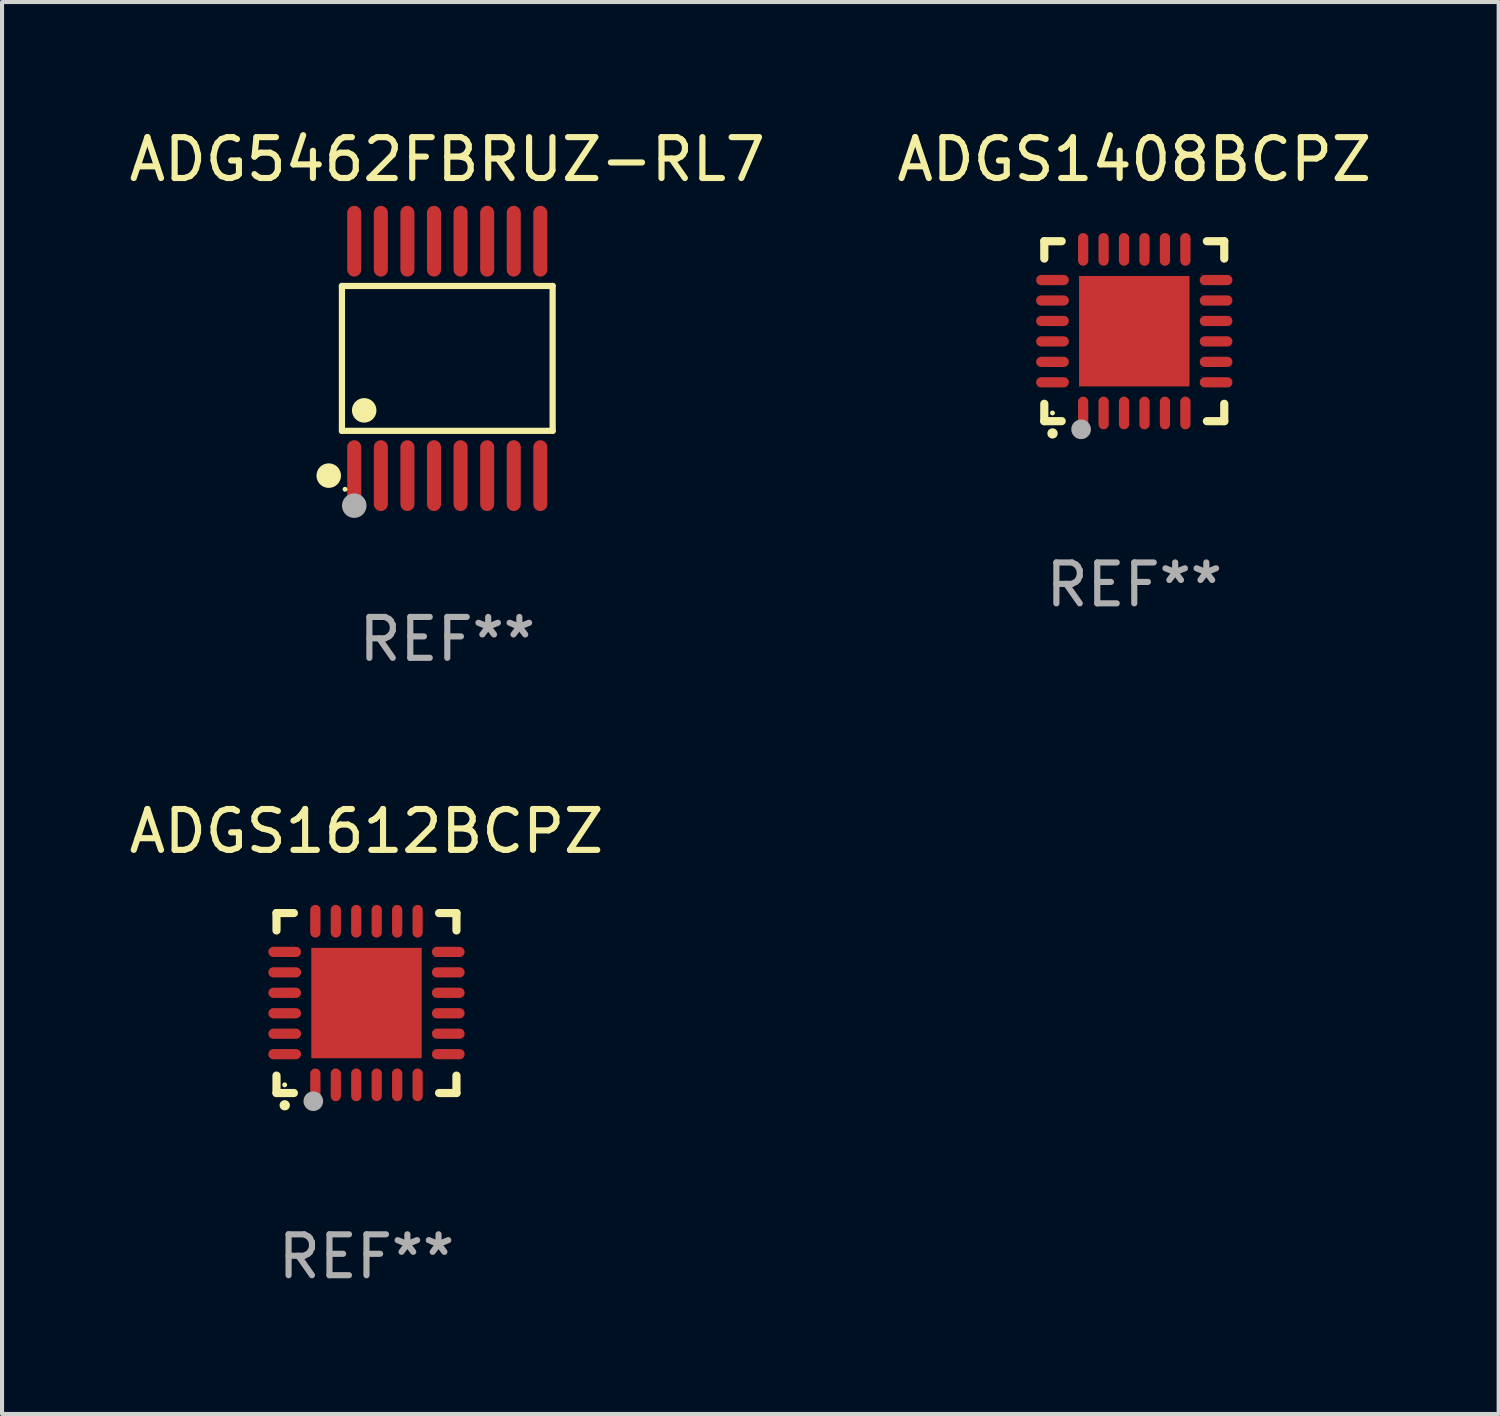
<source format=kicad_pcb>
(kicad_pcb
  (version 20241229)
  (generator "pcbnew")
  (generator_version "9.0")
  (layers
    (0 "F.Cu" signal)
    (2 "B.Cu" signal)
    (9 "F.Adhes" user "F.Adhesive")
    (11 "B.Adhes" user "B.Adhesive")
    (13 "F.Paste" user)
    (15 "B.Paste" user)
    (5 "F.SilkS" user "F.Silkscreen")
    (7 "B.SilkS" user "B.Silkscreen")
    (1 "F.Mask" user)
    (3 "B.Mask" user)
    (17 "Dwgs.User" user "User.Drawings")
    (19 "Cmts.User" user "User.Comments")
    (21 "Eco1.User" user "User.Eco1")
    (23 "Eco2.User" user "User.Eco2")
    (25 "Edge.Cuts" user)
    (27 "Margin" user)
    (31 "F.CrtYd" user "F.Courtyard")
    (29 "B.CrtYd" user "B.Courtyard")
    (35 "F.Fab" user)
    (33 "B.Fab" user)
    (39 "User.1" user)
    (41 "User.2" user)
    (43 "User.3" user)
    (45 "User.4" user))
  (footprint "ADGS1612BCPZ"
    (layer "F.Cu")
    (at 5.911 21.476)
    (property "Reference" "ADGS1612BCPZ" (at 0 -4.2 0) (layer "F.SilkS") (effects (font (size 1 1) (thickness 0.15))))
    (attr through_hole)
    (fp_line (start -2.2 -2.2) (end -2.2 -1.775) (stroke (width 0.2) (type solid)) (layer "F.SilkS"))
    (fp_line (start -2.2 2.2) (end -2.2 1.775) (stroke (width 0.2) (type solid)) (layer "F.SilkS"))
    (fp_line (start -1.775 -2.2) (end -2.2 -2.2) (stroke (width 0.2) (type solid)) (layer "F.SilkS"))
    (fp_line (start -1.775 2.2) (end -2.2 2.2) (stroke (width 0.2) (type solid)) (layer "F.SilkS"))
    (fp_line (start 2.2 -2.2) (end 1.775 -2.2) (stroke (width 0.2) (type solid)) (layer "F.SilkS"))
    (fp_line (start 2.2 -1.775) (end 2.2 -2.2) (stroke (width 0.2) (type solid)) (layer "F.SilkS"))
    (fp_line (start 2.2 1.775) (end 2.2 2.2) (stroke (width 0.2) (type solid)) (layer "F.SilkS"))
    (fp_line (start 2.2 2.2) (end 1.775 2.2) (stroke (width 0.2) (type solid)) (layer "F.SilkS"))
    (fp_arc (start -2 2.5) (mid -1.99873 2.499994) (end -1.99746 2.5) (stroke (width 0.25) (type solid)) (layer "F.SilkS"))
    (fp_circle (center -2 2) (end -1.97 2) (stroke (width 0.06) (type solid)) (fill no) (layer "F.SilkS"))
    (fp_circle (center -1.3 2.4) (end -1.18 2.4) (stroke (width 0.24) (type solid)) (fill no) (layer "F.Fab"))
    (fp_text user "REF**" (at 0 6.2 0) (layer "F.Fab") (effects (font (size 1 1) (thickness 0.15))))
    (pad "1" smd oval (at -1.25 2 180) (size 0.25 0.8) (layers "F.Cu" "F.Mask" "F.Paste"))
    (pad "2" smd oval (at -0.75 2 180) (size 0.25 0.8) (layers "F.Cu" "F.Mask" "F.Paste"))
    (pad "3" smd oval (at -0.25 2 180) (size 0.25 0.8) (layers "F.Cu" "F.Mask" "F.Paste"))
    (pad "4" smd oval (at 0.25 2 180) (size 0.25 0.8) (layers "F.Cu" "F.Mask" "F.Paste"))
    (pad "5" smd oval (at 0.75 2 180) (size 0.25 0.8) (layers "F.Cu" "F.Mask" "F.Paste"))
    (pad "6" smd oval (at 1.25 2 180) (size 0.25 0.8) (layers "F.Cu" "F.Mask" "F.Paste"))
    (pad "7" smd oval (at 2 1.25 90) (size 0.25 0.8) (layers "F.Cu" "F.Mask" "F.Paste"))
    (pad "8" smd oval (at 2 0.75 90) (size 0.25 0.8) (layers "F.Cu" "F.Mask" "F.Paste"))
    (pad "9" smd oval (at 2 0.25 90) (size 0.25 0.8) (layers "F.Cu" "F.Mask" "F.Paste"))
    (pad "10" smd oval (at 2 -0.25 90) (size 0.25 0.8) (layers "F.Cu" "F.Mask" "F.Paste"))
    (pad "11" smd oval (at 2 -0.75 90) (size 0.25 0.8) (layers "F.Cu" "F.Mask" "F.Paste"))
    (pad "12" smd oval (at 2 -1.25 90) (size 0.25 0.8) (layers "F.Cu" "F.Mask" "F.Paste"))
    (pad "13" smd oval (at 1.25 -2 180) (size 0.25 0.8) (layers "F.Cu" "F.Mask" "F.Paste"))
    (pad "14" smd oval (at 0.75 -2 180) (size 0.25 0.8) (layers "F.Cu" "F.Mask" "F.Paste"))
    (pad "15" smd oval (at 0.25 -2 180) (size 0.25 0.8) (layers "F.Cu" "F.Mask" "F.Paste"))
    (pad "16" smd oval (at -0.25 -2 180) (size 0.25 0.8) (layers "F.Cu" "F.Mask" "F.Paste"))
    (pad "17" smd oval (at -0.75 -2 180) (size 0.25 0.8) (layers "F.Cu" "F.Mask" "F.Paste"))
    (pad "18" smd oval (at -1.25 -2 180) (size 0.25 0.8) (layers "F.Cu" "F.Mask" "F.Paste"))
    (pad "19" smd oval (at -2 -1.25 90) (size 0.25 0.8) (layers "F.Cu" "F.Mask" "F.Paste"))
    (pad "20" smd oval (at -2 -0.75 90) (size 0.25 0.8) (layers "F.Cu" "F.Mask" "F.Paste"))
    (pad "21" smd oval (at -2 -0.25 90) (size 0.25 0.8) (layers "F.Cu" "F.Mask" "F.Paste"))
    (pad "22" smd oval (at -2 0.25 90) (size 0.25 0.8) (layers "F.Cu" "F.Mask" "F.Paste"))
    (pad "23" smd oval (at -2 0.75 90) (size 0.25 0.8) (layers "F.Cu" "F.Mask" "F.Paste"))
    (pad "24" smd oval (at -2 1.25 90) (size 0.25 0.8) (layers "F.Cu" "F.Mask" "F.Paste"))
    (pad "25" smd rect (at 0 0) (size 2.7 2.7) (layers "F.Cu" "F.Mask" "F.Paste")))
  (footprint "ADGS1408BCPZ"
    (layer "F.Cu")
    (at 24.685 5.048)
    (property "Reference" "ADGS1408BCPZ" (at 0 -4.2 0) (layer "F.SilkS") (effects (font (size 1 1) (thickness 0.15))))
    (attr through_hole)
    (fp_line (start -2.2 -2.2) (end -2.2 -1.775) (stroke (width 0.2) (type solid)) (layer "F.SilkS"))
    (fp_line (start -2.2 2.2) (end -2.2 1.775) (stroke (width 0.2) (type solid)) (layer "F.SilkS"))
    (fp_line (start -1.775 -2.2) (end -2.2 -2.2) (stroke (width 0.2) (type solid)) (layer "F.SilkS"))
    (fp_line (start -1.775 2.2) (end -2.2 2.2) (stroke (width 0.2) (type solid)) (layer "F.SilkS"))
    (fp_line (start 2.2 -2.2) (end 1.775 -2.2) (stroke (width 0.2) (type solid)) (layer "F.SilkS"))
    (fp_line (start 2.2 -1.775) (end 2.2 -2.2) (stroke (width 0.2) (type solid)) (layer "F.SilkS"))
    (fp_line (start 2.2 1.775) (end 2.2 2.2) (stroke (width 0.2) (type solid)) (layer "F.SilkS"))
    (fp_line (start 2.2 2.2) (end 1.775 2.2) (stroke (width 0.2) (type solid)) (layer "F.SilkS"))
    (fp_arc (start -2 2.5) (mid -1.99873 2.499994) (end -1.99746 2.5) (stroke (width 0.25) (type solid)) (layer "F.SilkS"))
    (fp_circle (center -2 2) (end -1.97 2) (stroke (width 0.06) (type solid)) (fill no) (layer "F.SilkS"))
    (fp_circle (center -1.3 2.4) (end -1.18 2.4) (stroke (width 0.24) (type solid)) (fill no) (layer "F.Fab"))
    (fp_text user "REF**" (at 0 6.2 0) (layer "F.Fab") (effects (font (size 1 1) (thickness 0.15))))
    (pad "1" smd oval (at -1.25 2 180) (size 0.25 0.8) (layers "F.Cu" "F.Mask" "F.Paste"))
    (pad "2" smd oval (at -0.75 2 180) (size 0.25 0.8) (layers "F.Cu" "F.Mask" "F.Paste"))
    (pad "3" smd oval (at -0.25 2 180) (size 0.25 0.8) (layers "F.Cu" "F.Mask" "F.Paste"))
    (pad "4" smd oval (at 0.25 2 180) (size 0.25 0.8) (layers "F.Cu" "F.Mask" "F.Paste"))
    (pad "5" smd oval (at 0.75 2 180) (size 0.25 0.8) (layers "F.Cu" "F.Mask" "F.Paste"))
    (pad "6" smd oval (at 1.25 2 180) (size 0.25 0.8) (layers "F.Cu" "F.Mask" "F.Paste"))
    (pad "7" smd oval (at 2 1.25 90) (size 0.25 0.8) (layers "F.Cu" "F.Mask" "F.Paste"))
    (pad "8" smd oval (at 2 0.75 90) (size 0.25 0.8) (layers "F.Cu" "F.Mask" "F.Paste"))
    (pad "9" smd oval (at 2 0.25 90) (size 0.25 0.8) (layers "F.Cu" "F.Mask" "F.Paste"))
    (pad "10" smd oval (at 2 -0.25 90) (size 0.25 0.8) (layers "F.Cu" "F.Mask" "F.Paste"))
    (pad "11" smd oval (at 2 -0.75 90) (size 0.25 0.8) (layers "F.Cu" "F.Mask" "F.Paste"))
    (pad "12" smd oval (at 2 -1.25 90) (size 0.25 0.8) (layers "F.Cu" "F.Mask" "F.Paste"))
    (pad "13" smd oval (at 1.25 -2 180) (size 0.25 0.8) (layers "F.Cu" "F.Mask" "F.Paste"))
    (pad "14" smd oval (at 0.75 -2 180) (size 0.25 0.8) (layers "F.Cu" "F.Mask" "F.Paste"))
    (pad "15" smd oval (at 0.25 -2 180) (size 0.25 0.8) (layers "F.Cu" "F.Mask" "F.Paste"))
    (pad "16" smd oval (at -0.25 -2 180) (size 0.25 0.8) (layers "F.Cu" "F.Mask" "F.Paste"))
    (pad "17" smd oval (at -0.75 -2 180) (size 0.25 0.8) (layers "F.Cu" "F.Mask" "F.Paste"))
    (pad "18" smd oval (at -1.25 -2 180) (size 0.25 0.8) (layers "F.Cu" "F.Mask" "F.Paste"))
    (pad "19" smd oval (at -2 -1.25 90) (size 0.25 0.8) (layers "F.Cu" "F.Mask" "F.Paste"))
    (pad "20" smd oval (at -2 -0.75 90) (size 0.25 0.8) (layers "F.Cu" "F.Mask" "F.Paste"))
    (pad "21" smd oval (at -2 -0.25 90) (size 0.25 0.8) (layers "F.Cu" "F.Mask" "F.Paste"))
    (pad "22" smd oval (at -2 0.25 90) (size 0.25 0.8) (layers "F.Cu" "F.Mask" "F.Paste"))
    (pad "23" smd oval (at -2 0.75 90) (size 0.25 0.8) (layers "F.Cu" "F.Mask" "F.Paste"))
    (pad "24" smd oval (at -2 1.25 90) (size 0.25 0.8) (layers "F.Cu" "F.Mask" "F.Paste"))
    (pad "25" smd rect (at 0 0) (size 2.7 2.7) (layers "F.Cu" "F.Mask" "F.Paste")))
  (footprint "ADG5462FBRUZ-RL7"
    (layer "F.Cu")
    (at 7.887 5.714)
    (property "Reference" "ADG5462FBRUZ-RL7" (at 0 -4.866 0) (layer "F.SilkS") (effects (font (size 1 1) (thickness 0.15))))
    (attr through_hole)
    (fp_line (start -2.576 -1.772) (end 2.576 -1.772) (stroke (width 0.152) (type solid)) (layer "F.SilkS"))
    (fp_line (start -2.576 1.771) (end -2.576 -1.772) (stroke (width 0.152) (type solid)) (layer "F.SilkS"))
    (fp_line (start 2.576 -1.772) (end 2.576 1.771) (stroke (width 0.152) (type solid)) (layer "F.SilkS"))
    (fp_line (start 2.576 1.771) (end -2.576 1.771) (stroke (width 0.152) (type solid)) (layer "F.SilkS"))
    (fp_circle (center -2.899 2.866) (end -2.749 2.866) (stroke (width 0.3) (type solid)) (fill no) (layer "F.SilkS"))
    (fp_circle (center -2.5 3.2) (end -2.47 3.2) (stroke (width 0.06) (type solid)) (fill no) (layer "F.SilkS"))
    (fp_circle (center -2.032 1.27) (end -1.882 1.27) (stroke (width 0.3) (type solid)) (fill no) (layer "F.SilkS"))
    (fp_circle (center -2.275 3.6) (end -2.125 3.6) (stroke (width 0.3) (type solid)) (fill no) (layer "F.Fab"))
    (fp_text user "REF**" (at 0 6.866 0) (layer "F.Fab") (effects (font (size 1 1) (thickness 0.15))))
    (pad "1" smd oval (at -2.275 2.866) (size 0.343 1.731) (layers "F.Cu" "F.Mask" "F.Paste"))
    (pad "2" smd oval (at -1.625 2.866) (size 0.343 1.731) (layers "F.Cu" "F.Mask" "F.Paste"))
    (pad "3" smd oval (at -0.975 2.866) (size 0.343 1.731) (layers "F.Cu" "F.Mask" "F.Paste"))
    (pad "4" smd oval (at -0.325 2.866) (size 0.343 1.731) (layers "F.Cu" "F.Mask" "F.Paste"))
    (pad "5" smd oval (at 0.325 2.866) (size 0.343 1.731) (layers "F.Cu" "F.Mask" "F.Paste"))
    (pad "6" smd oval (at 0.975 2.866) (size 0.343 1.731) (layers "F.Cu" "F.Mask" "F.Paste"))
    (pad "7" smd oval (at 1.625 2.866) (size 0.343 1.731) (layers "F.Cu" "F.Mask" "F.Paste"))
    (pad "8" smd oval (at 2.275 2.866) (size 0.343 1.731) (layers "F.Cu" "F.Mask" "F.Paste"))
    (pad "9" smd oval (at 2.275 -2.866) (size 0.343 1.731) (layers "F.Cu" "F.Mask" "F.Paste"))
    (pad "10" smd oval (at 1.625 -2.866) (size 0.343 1.731) (layers "F.Cu" "F.Mask" "F.Paste"))
    (pad "11" smd oval (at 0.975 -2.866) (size 0.343 1.731) (layers "F.Cu" "F.Mask" "F.Paste"))
    (pad "12" smd oval (at 0.325 -2.866) (size 0.343 1.731) (layers "F.Cu" "F.Mask" "F.Paste"))
    (pad "13" smd oval (at -0.325 -2.866) (size 0.343 1.731) (layers "F.Cu" "F.Mask" "F.Paste"))
    (pad "14" smd oval (at -0.975 -2.866) (size 0.343 1.731) (layers "F.Cu" "F.Mask" "F.Paste"))
    (pad "15" smd oval (at -1.625 -2.866) (size 0.343 1.731) (layers "F.Cu" "F.Mask" "F.Paste"))
    (pad "16" smd oval (at -2.275 -2.866) (size 0.343 1.731) (layers "F.Cu" "F.Mask" "F.Paste")))
  (gr_rect
    (start -3 -3)
    (end 33.595 31.524)
    (stroke (width 0.1) (type default))
    (fill no)
    (layer "Edge.Cuts")))
</source>
